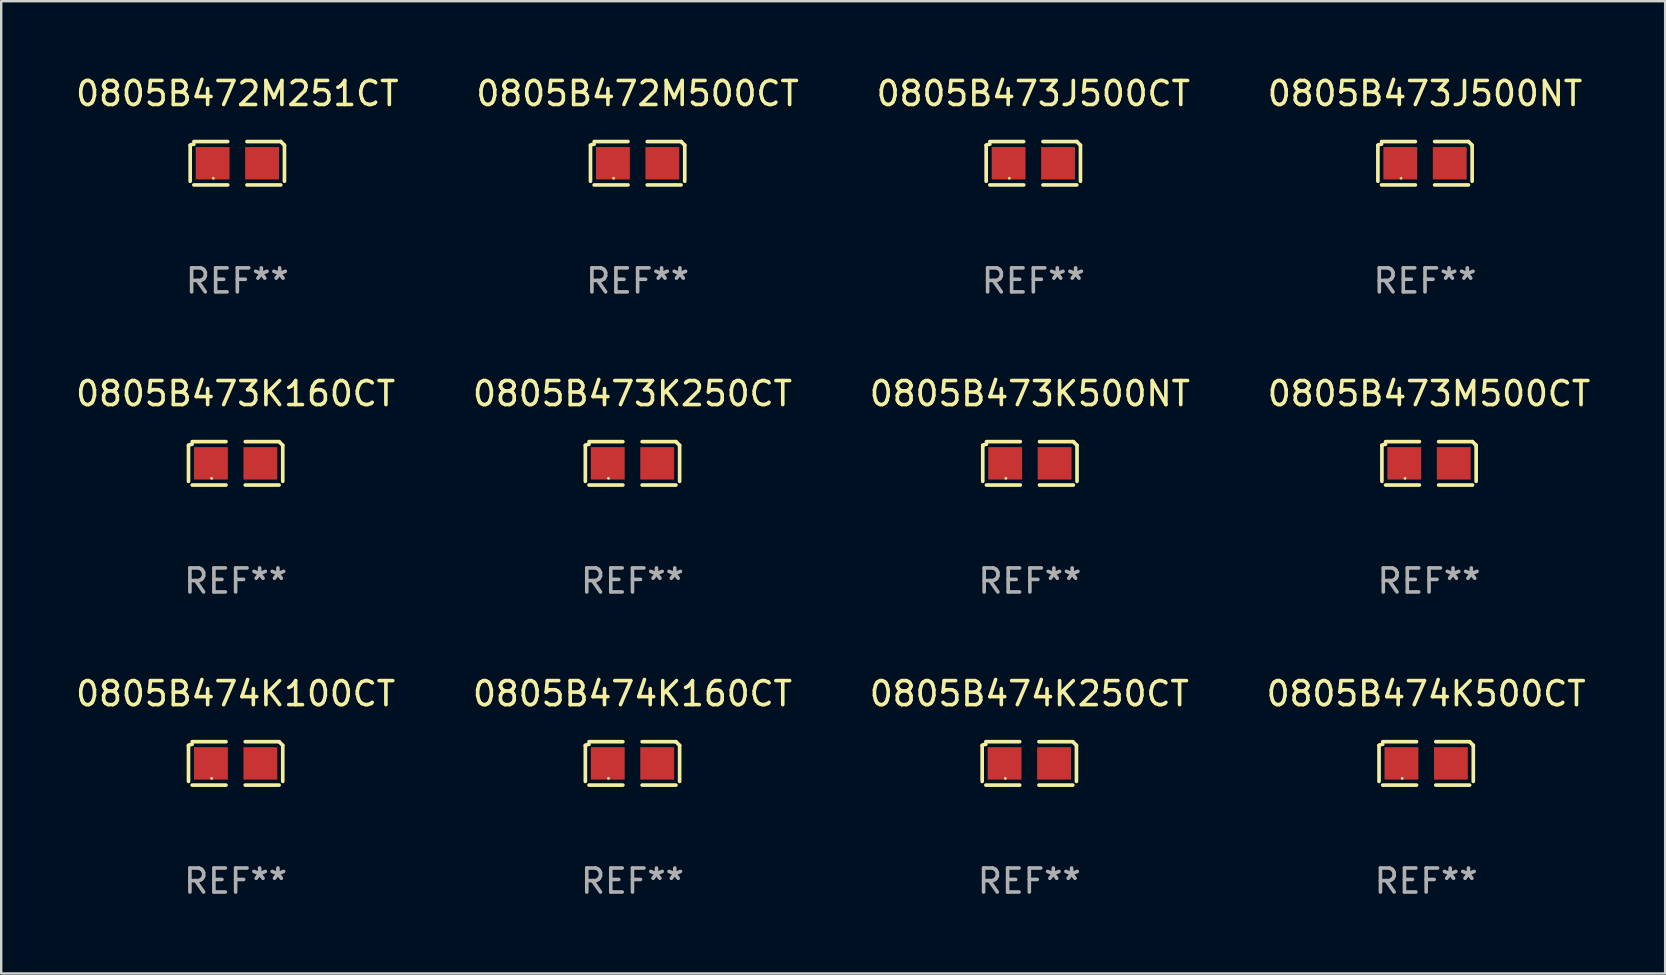
<source format=kicad_pcb>
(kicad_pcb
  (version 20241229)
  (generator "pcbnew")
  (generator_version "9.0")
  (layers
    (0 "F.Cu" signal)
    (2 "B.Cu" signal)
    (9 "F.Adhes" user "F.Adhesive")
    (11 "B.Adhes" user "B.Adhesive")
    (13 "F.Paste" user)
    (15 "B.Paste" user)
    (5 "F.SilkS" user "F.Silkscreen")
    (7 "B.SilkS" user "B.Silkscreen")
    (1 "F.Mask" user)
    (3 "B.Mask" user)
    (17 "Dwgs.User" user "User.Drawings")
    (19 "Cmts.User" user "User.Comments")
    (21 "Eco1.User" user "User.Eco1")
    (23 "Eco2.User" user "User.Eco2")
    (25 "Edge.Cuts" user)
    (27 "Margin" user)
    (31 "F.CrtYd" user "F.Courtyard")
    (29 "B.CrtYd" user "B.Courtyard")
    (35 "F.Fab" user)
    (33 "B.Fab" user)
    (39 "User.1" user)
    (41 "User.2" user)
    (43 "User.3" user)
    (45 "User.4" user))
  (footprint "0805B474K250CT"
    (layer "F.Cu")
    (at 39.839 28.759)
    (property "Reference" "0805B474K250CT" (at 0 -2.904 0) (layer "F.SilkS") (effects (font (size 1 1) (thickness 0.15))))
    (attr through_hole)
    (fp_line (start -1.964 0.751) (end -1.964 -0.751) (stroke (width 0.152) (type solid)) (layer "F.SilkS"))
    (fp_line (start -1.811 -0.904) (end -0.401 -0.904) (stroke (width 0.152) (type solid)) (layer "F.SilkS"))
    (fp_line (start -0.401 0.904) (end -1.811 0.904) (stroke (width 0.152) (type solid)) (layer "F.SilkS"))
    (fp_line (start 0.401 0.904) (end 1.811 0.904) (stroke (width 0.152) (type solid)) (layer "F.SilkS"))
    (fp_line (start 1.811 -0.904) (end 0.401 -0.904) (stroke (width 0.152) (type solid)) (layer "F.SilkS"))
    (fp_line (start 1.964 0.751) (end 1.964 -0.751) (stroke (width 0.152) (type solid)) (layer "F.SilkS"))
    (fp_arc (start -1.963602 -0.751207) (mid -1.890354 -0.783131) (end -1.811201 -0.794044) (stroke (width 0.1524) (type solid)) (layer "F.SilkS"))
    (fp_arc (start 1.811202 -0.903607) (mid 1.887413 -0.827418) (end 1.963602 -0.751207) (stroke (width 0.1524) (type solid)) (layer "F.SilkS"))
    (fp_circle (center -1 0.625) (end -0.97 0.625) (stroke (width 0.06) (type solid)) (fill no) (layer "F.SilkS"))
    (fp_text user "REF**" (at 0 4.904 0) (layer "F.Fab") (effects (font (size 1 1) (thickness 0.15))))
    (pad "1" smd rect (at -1.03 0) (size 1.41 1.35) (layers "F.Cu" "F.Mask" "F.Paste"))
    (pad "2" smd rect (at 1.03 0) (size 1.41 1.35) (layers "F.Cu" "F.Mask" "F.Paste")))
  (footprint "0805B473J500CT"
    (layer "F.Cu")
    (at 40.006 3.752)
    (property "Reference" "0805B473J500CT" (at 0 -2.904 0) (layer "F.SilkS") (effects (font (size 1 1) (thickness 0.15))))
    (attr through_hole)
    (fp_line (start -1.964 0.751) (end -1.964 -0.751) (stroke (width 0.152) (type solid)) (layer "F.SilkS"))
    (fp_line (start -1.811 -0.904) (end -0.401 -0.904) (stroke (width 0.152) (type solid)) (layer "F.SilkS"))
    (fp_line (start -0.401 0.904) (end -1.811 0.904) (stroke (width 0.152) (type solid)) (layer "F.SilkS"))
    (fp_line (start 0.401 0.904) (end 1.811 0.904) (stroke (width 0.152) (type solid)) (layer "F.SilkS"))
    (fp_line (start 1.811 -0.904) (end 0.401 -0.904) (stroke (width 0.152) (type solid)) (layer "F.SilkS"))
    (fp_line (start 1.964 0.751) (end 1.964 -0.751) (stroke (width 0.152) (type solid)) (layer "F.SilkS"))
    (fp_arc (start -1.963602 -0.751207) (mid -1.890354 -0.783131) (end -1.811201 -0.794044) (stroke (width 0.1524) (type solid)) (layer "F.SilkS"))
    (fp_arc (start 1.811202 -0.903607) (mid 1.887413 -0.827418) (end 1.963602 -0.751207) (stroke (width 0.1524) (type solid)) (layer "F.SilkS"))
    (fp_circle (center -1 0.625) (end -0.97 0.625) (stroke (width 0.06) (type solid)) (fill no) (layer "F.SilkS"))
    (fp_text user "REF**" (at 0 4.904 0) (layer "F.Fab") (effects (font (size 1 1) (thickness 0.15))))
    (pad "1" smd rect (at -1.03 0) (size 1.41 1.35) (layers "F.Cu" "F.Mask" "F.Paste"))
    (pad "2" smd rect (at 1.03 0) (size 1.41 1.35) (layers "F.Cu" "F.Mask" "F.Paste")))
  (footprint "0805B474K160CT"
    (layer "F.Cu")
    (at 23.304 28.759)
    (property "Reference" "0805B474K160CT" (at 0 -2.904 0) (layer "F.SilkS") (effects (font (size 1 1) (thickness 0.15))))
    (attr through_hole)
    (fp_line (start -1.964 0.751) (end -1.964 -0.751) (stroke (width 0.152) (type solid)) (layer "F.SilkS"))
    (fp_line (start -1.811 -0.904) (end -0.401 -0.904) (stroke (width 0.152) (type solid)) (layer "F.SilkS"))
    (fp_line (start -0.401 0.904) (end -1.811 0.904) (stroke (width 0.152) (type solid)) (layer "F.SilkS"))
    (fp_line (start 0.401 0.904) (end 1.811 0.904) (stroke (width 0.152) (type solid)) (layer "F.SilkS"))
    (fp_line (start 1.811 -0.904) (end 0.401 -0.904) (stroke (width 0.152) (type solid)) (layer "F.SilkS"))
    (fp_line (start 1.964 0.751) (end 1.964 -0.751) (stroke (width 0.152) (type solid)) (layer "F.SilkS"))
    (fp_arc (start -1.963602 -0.751207) (mid -1.890354 -0.783131) (end -1.811201 -0.794044) (stroke (width 0.1524) (type solid)) (layer "F.SilkS"))
    (fp_arc (start 1.811202 -0.903607) (mid 1.887413 -0.827418) (end 1.963602 -0.751207) (stroke (width 0.1524) (type solid)) (layer "F.SilkS"))
    (fp_circle (center -1 0.625) (end -0.97 0.625) (stroke (width 0.06) (type solid)) (fill no) (layer "F.SilkS"))
    (fp_text user "REF**" (at 0 4.904 0) (layer "F.Fab") (effects (font (size 1 1) (thickness 0.15))))
    (pad "1" smd rect (at -1.03 0) (size 1.41 1.35) (layers "F.Cu" "F.Mask" "F.Paste"))
    (pad "2" smd rect (at 1.03 0) (size 1.41 1.35) (layers "F.Cu" "F.Mask" "F.Paste")))
  (footprint "0805B473K500NT"
    (layer "F.Cu")
    (at 39.863 16.256)
    (property "Reference" "0805B473K500NT" (at 0 -2.904 0) (layer "F.SilkS") (effects (font (size 1 1) (thickness 0.15))))
    (attr through_hole)
    (fp_line (start -1.964 0.751) (end -1.964 -0.751) (stroke (width 0.152) (type solid)) (layer "F.SilkS"))
    (fp_line (start -1.811 -0.904) (end -0.401 -0.904) (stroke (width 0.152) (type solid)) (layer "F.SilkS"))
    (fp_line (start -0.401 0.904) (end -1.811 0.904) (stroke (width 0.152) (type solid)) (layer "F.SilkS"))
    (fp_line (start 0.401 0.904) (end 1.811 0.904) (stroke (width 0.152) (type solid)) (layer "F.SilkS"))
    (fp_line (start 1.811 -0.904) (end 0.401 -0.904) (stroke (width 0.152) (type solid)) (layer "F.SilkS"))
    (fp_line (start 1.964 0.751) (end 1.964 -0.751) (stroke (width 0.152) (type solid)) (layer "F.SilkS"))
    (fp_arc (start -1.963602 -0.751207) (mid -1.890354 -0.783131) (end -1.811201 -0.794044) (stroke (width 0.1524) (type solid)) (layer "F.SilkS"))
    (fp_arc (start 1.811202 -0.903607) (mid 1.887413 -0.827418) (end 1.963602 -0.751207) (stroke (width 0.1524) (type solid)) (layer "F.SilkS"))
    (fp_circle (center -1 0.625) (end -0.97 0.625) (stroke (width 0.06) (type solid)) (fill no) (layer "F.SilkS"))
    (fp_text user "REF**" (at 0 4.904 0) (layer "F.Fab") (effects (font (size 1 1) (thickness 0.15))))
    (pad "1" smd rect (at -1.03 0) (size 1.41 1.35) (layers "F.Cu" "F.Mask" "F.Paste"))
    (pad "2" smd rect (at 1.03 0) (size 1.41 1.35) (layers "F.Cu" "F.Mask" "F.Paste")))
  (footprint "0805B472M251CT"
    (layer "F.Cu")
    (at 6.839 3.752)
    (property "Reference" "0805B472M251CT" (at 0 -2.904 0) (layer "F.SilkS") (effects (font (size 1 1) (thickness 0.15))))
    (attr through_hole)
    (fp_line (start -1.964 0.751) (end -1.964 -0.751) (stroke (width 0.152) (type solid)) (layer "F.SilkS"))
    (fp_line (start -1.811 -0.904) (end -0.401 -0.904) (stroke (width 0.152) (type solid)) (layer "F.SilkS"))
    (fp_line (start -0.401 0.904) (end -1.811 0.904) (stroke (width 0.152) (type solid)) (layer "F.SilkS"))
    (fp_line (start 0.401 0.904) (end 1.811 0.904) (stroke (width 0.152) (type solid)) (layer "F.SilkS"))
    (fp_line (start 1.811 -0.904) (end 0.401 -0.904) (stroke (width 0.152) (type solid)) (layer "F.SilkS"))
    (fp_line (start 1.964 0.751) (end 1.964 -0.751) (stroke (width 0.152) (type solid)) (layer "F.SilkS"))
    (fp_arc (start -1.963602 -0.751207) (mid -1.890354 -0.783131) (end -1.811201 -0.794044) (stroke (width 0.1524) (type solid)) (layer "F.SilkS"))
    (fp_arc (start 1.811202 -0.903607) (mid 1.887413 -0.827418) (end 1.963602 -0.751207) (stroke (width 0.1524) (type solid)) (layer "F.SilkS"))
    (fp_circle (center -1 0.625) (end -0.97 0.625) (stroke (width 0.06) (type solid)) (fill no) (layer "F.SilkS"))
    (fp_text user "REF**" (at 0 4.904 0) (layer "F.Fab") (effects (font (size 1 1) (thickness 0.15))))
    (pad "1" smd rect (at -1.03 0) (size 1.41 1.35) (layers "F.Cu" "F.Mask" "F.Paste"))
    (pad "2" smd rect (at 1.03 0) (size 1.41 1.35) (layers "F.Cu" "F.Mask" "F.Paste")))
  (footprint "0805B472M500CT"
    (layer "F.Cu")
    (at 23.518 3.752)
    (property "Reference" "0805B472M500CT" (at 0 -2.904 0) (layer "F.SilkS") (effects (font (size 1 1) (thickness 0.15))))
    (attr through_hole)
    (fp_line (start -1.964 0.751) (end -1.964 -0.751) (stroke (width 0.152) (type solid)) (layer "F.SilkS"))
    (fp_line (start -1.811 -0.904) (end -0.401 -0.904) (stroke (width 0.152) (type solid)) (layer "F.SilkS"))
    (fp_line (start -0.401 0.904) (end -1.811 0.904) (stroke (width 0.152) (type solid)) (layer "F.SilkS"))
    (fp_line (start 0.401 0.904) (end 1.811 0.904) (stroke (width 0.152) (type solid)) (layer "F.SilkS"))
    (fp_line (start 1.811 -0.904) (end 0.401 -0.904) (stroke (width 0.152) (type solid)) (layer "F.SilkS"))
    (fp_line (start 1.964 0.751) (end 1.964 -0.751) (stroke (width 0.152) (type solid)) (layer "F.SilkS"))
    (fp_arc (start -1.963602 -0.751207) (mid -1.890354 -0.783131) (end -1.811201 -0.794044) (stroke (width 0.1524) (type solid)) (layer "F.SilkS"))
    (fp_arc (start 1.811202 -0.903607) (mid 1.887413 -0.827418) (end 1.963602 -0.751207) (stroke (width 0.1524) (type solid)) (layer "F.SilkS"))
    (fp_circle (center -1 0.625) (end -0.97 0.625) (stroke (width 0.06) (type solid)) (fill no) (layer "F.SilkS"))
    (fp_text user "REF**" (at 0 4.904 0) (layer "F.Fab") (effects (font (size 1 1) (thickness 0.15))))
    (pad "1" smd rect (at -1.03 0) (size 1.41 1.35) (layers "F.Cu" "F.Mask" "F.Paste"))
    (pad "2" smd rect (at 1.03 0) (size 1.41 1.35) (layers "F.Cu" "F.Mask" "F.Paste")))
  (footprint "0805B474K100CT"
    (layer "F.Cu")
    (at 6.768 28.759)
    (property "Reference" "0805B474K100CT" (at 0 -2.904 0) (layer "F.SilkS") (effects (font (size 1 1) (thickness 0.15))))
    (attr through_hole)
    (fp_line (start -1.964 0.751) (end -1.964 -0.751) (stroke (width 0.152) (type solid)) (layer "F.SilkS"))
    (fp_line (start -1.811 -0.904) (end -0.401 -0.904) (stroke (width 0.152) (type solid)) (layer "F.SilkS"))
    (fp_line (start -0.401 0.904) (end -1.811 0.904) (stroke (width 0.152) (type solid)) (layer "F.SilkS"))
    (fp_line (start 0.401 0.904) (end 1.811 0.904) (stroke (width 0.152) (type solid)) (layer "F.SilkS"))
    (fp_line (start 1.811 -0.904) (end 0.401 -0.904) (stroke (width 0.152) (type solid)) (layer "F.SilkS"))
    (fp_line (start 1.964 0.751) (end 1.964 -0.751) (stroke (width 0.152) (type solid)) (layer "F.SilkS"))
    (fp_arc (start -1.963602 -0.751207) (mid -1.890354 -0.783131) (end -1.811201 -0.794044) (stroke (width 0.1524) (type solid)) (layer "F.SilkS"))
    (fp_arc (start 1.811202 -0.903607) (mid 1.887413 -0.827418) (end 1.963602 -0.751207) (stroke (width 0.1524) (type solid)) (layer "F.SilkS"))
    (fp_circle (center -1 0.625) (end -0.97 0.625) (stroke (width 0.06) (type solid)) (fill no) (layer "F.SilkS"))
    (fp_text user "REF**" (at 0 4.904 0) (layer "F.Fab") (effects (font (size 1 1) (thickness 0.15))))
    (pad "1" smd rect (at -1.03 0) (size 1.41 1.35) (layers "F.Cu" "F.Mask" "F.Paste"))
    (pad "2" smd rect (at 1.03 0) (size 1.41 1.35) (layers "F.Cu" "F.Mask" "F.Paste")))
  (footprint "0805B473J500NT"
    (layer "F.Cu")
    (at 56.327 3.752)
    (property "Reference" "0805B473J500NT" (at 0 -2.904 0) (layer "F.SilkS") (effects (font (size 1 1) (thickness 0.15))))
    (attr through_hole)
    (fp_line (start -1.964 0.751) (end -1.964 -0.751) (stroke (width 0.152) (type solid)) (layer "F.SilkS"))
    (fp_line (start -1.811 -0.904) (end -0.401 -0.904) (stroke (width 0.152) (type solid)) (layer "F.SilkS"))
    (fp_line (start -0.401 0.904) (end -1.811 0.904) (stroke (width 0.152) (type solid)) (layer "F.SilkS"))
    (fp_line (start 0.401 0.904) (end 1.811 0.904) (stroke (width 0.152) (type solid)) (layer "F.SilkS"))
    (fp_line (start 1.811 -0.904) (end 0.401 -0.904) (stroke (width 0.152) (type solid)) (layer "F.SilkS"))
    (fp_line (start 1.964 0.751) (end 1.964 -0.751) (stroke (width 0.152) (type solid)) (layer "F.SilkS"))
    (fp_arc (start -1.963602 -0.751207) (mid -1.890354 -0.783131) (end -1.811201 -0.794044) (stroke (width 0.1524) (type solid)) (layer "F.SilkS"))
    (fp_arc (start 1.811202 -0.903607) (mid 1.887413 -0.827418) (end 1.963602 -0.751207) (stroke (width 0.1524) (type solid)) (layer "F.SilkS"))
    (fp_circle (center -1 0.625) (end -0.97 0.625) (stroke (width 0.06) (type solid)) (fill no) (layer "F.SilkS"))
    (fp_text user "REF**" (at 0 4.904 0) (layer "F.Fab") (effects (font (size 1 1) (thickness 0.15))))
    (pad "1" smd rect (at -1.03 0) (size 1.41 1.35) (layers "F.Cu" "F.Mask" "F.Paste"))
    (pad "2" smd rect (at 1.03 0) (size 1.41 1.35) (layers "F.Cu" "F.Mask" "F.Paste")))
  (footprint "0805B473K160CT"
    (layer "F.Cu")
    (at 6.768 16.256)
    (property "Reference" "0805B473K160CT" (at 0 -2.904 0) (layer "F.SilkS") (effects (font (size 1 1) (thickness 0.15))))
    (attr through_hole)
    (fp_line (start -1.964 0.751) (end -1.964 -0.751) (stroke (width 0.152) (type solid)) (layer "F.SilkS"))
    (fp_line (start -1.811 -0.904) (end -0.401 -0.904) (stroke (width 0.152) (type solid)) (layer "F.SilkS"))
    (fp_line (start -0.401 0.904) (end -1.811 0.904) (stroke (width 0.152) (type solid)) (layer "F.SilkS"))
    (fp_line (start 0.401 0.904) (end 1.811 0.904) (stroke (width 0.152) (type solid)) (layer "F.SilkS"))
    (fp_line (start 1.811 -0.904) (end 0.401 -0.904) (stroke (width 0.152) (type solid)) (layer "F.SilkS"))
    (fp_line (start 1.964 0.751) (end 1.964 -0.751) (stroke (width 0.152) (type solid)) (layer "F.SilkS"))
    (fp_arc (start -1.963602 -0.751207) (mid -1.890354 -0.783131) (end -1.811201 -0.794044) (stroke (width 0.1524) (type solid)) (layer "F.SilkS"))
    (fp_arc (start 1.811202 -0.903607) (mid 1.887413 -0.827418) (end 1.963602 -0.751207) (stroke (width 0.1524) (type solid)) (layer "F.SilkS"))
    (fp_circle (center -1 0.625) (end -0.97 0.625) (stroke (width 0.06) (type solid)) (fill no) (layer "F.SilkS"))
    (fp_text user "REF**" (at 0 4.904 0) (layer "F.Fab") (effects (font (size 1 1) (thickness 0.15))))
    (pad "1" smd rect (at -1.03 0) (size 1.41 1.35) (layers "F.Cu" "F.Mask" "F.Paste"))
    (pad "2" smd rect (at 1.03 0) (size 1.41 1.35) (layers "F.Cu" "F.Mask" "F.Paste")))
  (footprint "0805B474K500CT"
    (layer "F.Cu")
    (at 56.375 28.759)
    (property "Reference" "0805B474K500CT" (at 0 -2.904 0) (layer "F.SilkS") (effects (font (size 1 1) (thickness 0.15))))
    (attr through_hole)
    (fp_line (start -1.964 0.751) (end -1.964 -0.751) (stroke (width 0.152) (type solid)) (layer "F.SilkS"))
    (fp_line (start -1.811 -0.904) (end -0.401 -0.904) (stroke (width 0.152) (type solid)) (layer "F.SilkS"))
    (fp_line (start -0.401 0.904) (end -1.811 0.904) (stroke (width 0.152) (type solid)) (layer "F.SilkS"))
    (fp_line (start 0.401 0.904) (end 1.811 0.904) (stroke (width 0.152) (type solid)) (layer "F.SilkS"))
    (fp_line (start 1.811 -0.904) (end 0.401 -0.904) (stroke (width 0.152) (type solid)) (layer "F.SilkS"))
    (fp_line (start 1.964 0.751) (end 1.964 -0.751) (stroke (width 0.152) (type solid)) (layer "F.SilkS"))
    (fp_arc (start -1.963602 -0.751207) (mid -1.890354 -0.783131) (end -1.811201 -0.794044) (stroke (width 0.1524) (type solid)) (layer "F.SilkS"))
    (fp_arc (start 1.811202 -0.903607) (mid 1.887413 -0.827418) (end 1.963602 -0.751207) (stroke (width 0.1524) (type solid)) (layer "F.SilkS"))
    (fp_circle (center -1 0.625) (end -0.97 0.625) (stroke (width 0.06) (type solid)) (fill no) (layer "F.SilkS"))
    (fp_text user "REF**" (at 0 4.904 0) (layer "F.Fab") (effects (font (size 1 1) (thickness 0.15))))
    (pad "1" smd rect (at -1.03 0) (size 1.41 1.35) (layers "F.Cu" "F.Mask" "F.Paste"))
    (pad "2" smd rect (at 1.03 0) (size 1.41 1.35) (layers "F.Cu" "F.Mask" "F.Paste")))
  (footprint "0805B473M500CT"
    (layer "F.Cu")
    (at 56.494 16.256)
    (property "Reference" "0805B473M500CT" (at 0 -2.904 0) (layer "F.SilkS") (effects (font (size 1 1) (thickness 0.15))))
    (attr through_hole)
    (fp_line (start -1.964 0.751) (end -1.964 -0.751) (stroke (width 0.152) (type solid)) (layer "F.SilkS"))
    (fp_line (start -1.811 -0.904) (end -0.401 -0.904) (stroke (width 0.152) (type solid)) (layer "F.SilkS"))
    (fp_line (start -0.401 0.904) (end -1.811 0.904) (stroke (width 0.152) (type solid)) (layer "F.SilkS"))
    (fp_line (start 0.401 0.904) (end 1.811 0.904) (stroke (width 0.152) (type solid)) (layer "F.SilkS"))
    (fp_line (start 1.811 -0.904) (end 0.401 -0.904) (stroke (width 0.152) (type solid)) (layer "F.SilkS"))
    (fp_line (start 1.964 0.751) (end 1.964 -0.751) (stroke (width 0.152) (type solid)) (layer "F.SilkS"))
    (fp_arc (start -1.963602 -0.751207) (mid -1.890354 -0.783131) (end -1.811201 -0.794044) (stroke (width 0.1524) (type solid)) (layer "F.SilkS"))
    (fp_arc (start 1.811202 -0.903607) (mid 1.887413 -0.827418) (end 1.963602 -0.751207) (stroke (width 0.1524) (type solid)) (layer "F.SilkS"))
    (fp_circle (center -1 0.625) (end -0.97 0.625) (stroke (width 0.06) (type solid)) (fill no) (layer "F.SilkS"))
    (fp_text user "REF**" (at 0 4.904 0) (layer "F.Fab") (effects (font (size 1 1) (thickness 0.15))))
    (pad "1" smd rect (at -1.03 0) (size 1.41 1.35) (layers "F.Cu" "F.Mask" "F.Paste"))
    (pad "2" smd rect (at 1.03 0) (size 1.41 1.35) (layers "F.Cu" "F.Mask" "F.Paste")))
  (footprint "0805B473K250CT"
    (layer "F.Cu")
    (at 23.304 16.256)
    (property "Reference" "0805B473K250CT" (at 0 -2.904 0) (layer "F.SilkS") (effects (font (size 1 1) (thickness 0.15))))
    (attr through_hole)
    (fp_line (start -1.964 0.751) (end -1.964 -0.751) (stroke (width 0.152) (type solid)) (layer "F.SilkS"))
    (fp_line (start -1.811 -0.904) (end -0.401 -0.904) (stroke (width 0.152) (type solid)) (layer "F.SilkS"))
    (fp_line (start -0.401 0.904) (end -1.811 0.904) (stroke (width 0.152) (type solid)) (layer "F.SilkS"))
    (fp_line (start 0.401 0.904) (end 1.811 0.904) (stroke (width 0.152) (type solid)) (layer "F.SilkS"))
    (fp_line (start 1.811 -0.904) (end 0.401 -0.904) (stroke (width 0.152) (type solid)) (layer "F.SilkS"))
    (fp_line (start 1.964 0.751) (end 1.964 -0.751) (stroke (width 0.152) (type solid)) (layer "F.SilkS"))
    (fp_arc (start -1.963602 -0.751207) (mid -1.890354 -0.783131) (end -1.811201 -0.794044) (stroke (width 0.1524) (type solid)) (layer "F.SilkS"))
    (fp_arc (start 1.811202 -0.903607) (mid 1.887413 -0.827418) (end 1.963602 -0.751207) (stroke (width 0.1524) (type solid)) (layer "F.SilkS"))
    (fp_circle (center -1 0.625) (end -0.97 0.625) (stroke (width 0.06) (type solid)) (fill no) (layer "F.SilkS"))
    (fp_text user "REF**" (at 0 4.904 0) (layer "F.Fab") (effects (font (size 1 1) (thickness 0.15))))
    (pad "1" smd rect (at -1.03 0) (size 1.41 1.35) (layers "F.Cu" "F.Mask" "F.Paste"))
    (pad "2" smd rect (at 1.03 0) (size 1.41 1.35) (layers "F.Cu" "F.Mask" "F.Paste")))
  (gr_rect
    (start -3 -3)
    (end 66.333 37.511)
    (stroke (width 0.1) (type default))
    (fill no)
    (layer "Edge.Cuts")))
</source>
